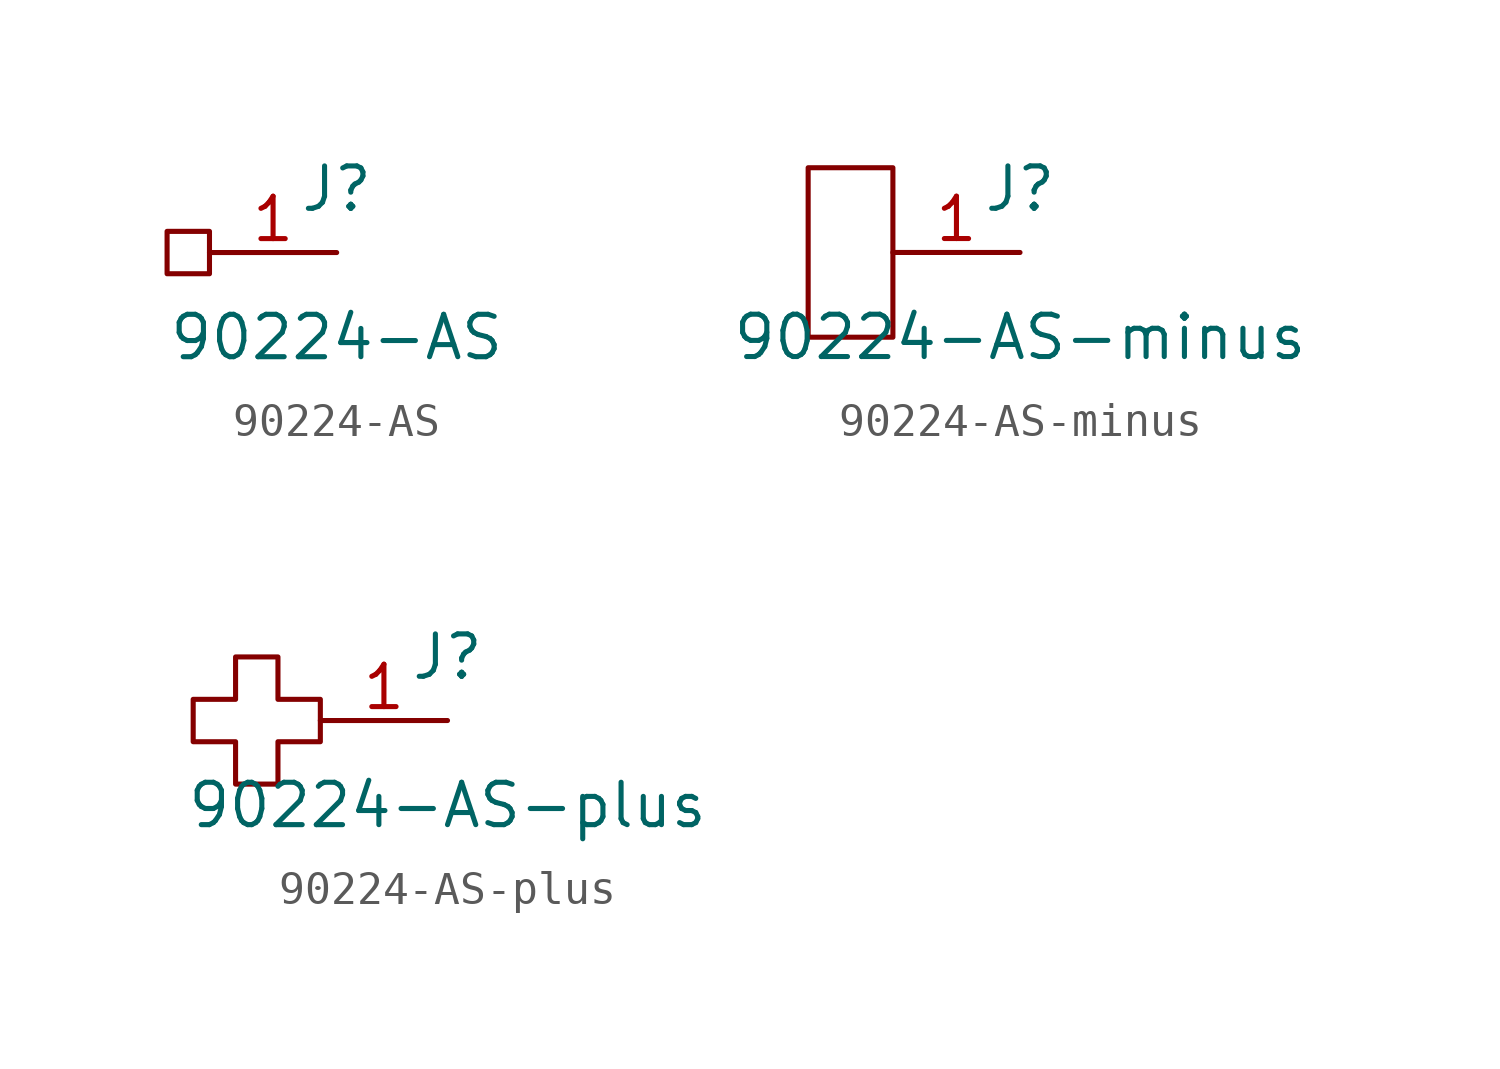
<source format=kicad_sym>
(kicad_symbol_lib
  (version 20211014)
  (generator kicad_symbol_editor)
  (symbol "90224-AS"
    (pin_names
      (offset 0) hide)
    (property "Reference" "J"
      (at 0 1.905 0)
      (effects (font (size 1.27 1.27))))
    (property "Value" "90224-AS"
      (at 0 -2.54 0)
      (effects (font (size 1.27 1.27))))
    (symbol "90224-AS_0_1"
      (rectangle (start -3.81 0.635) (end -5.08 -0.635) (stroke (width 0) (type default) (color 0 0 0 0)) (fill (type none))))
    (symbol "90224-AS_1_1"
      (pin passive line (at 0 0 180) (length 3.81) (name "Pin_1" (effects (font (size 1.27 1.27)))) (number "1" (effects (font (size 1.27 1.27)))))))
  (symbol "90224-AS-minus"
    (pin_names
      (offset 0) hide)
    (property "Reference" "J"
      (at 0 1.905 0)
      (effects (font (size 1.27 1.27))))
    (property "Value" "90224-AS-minus"
      (at 0 -2.54 0)
      (effects (font (size 1.27 1.27))))
    (symbol "90224-AS-minus_0_1"
      (rectangle (start -6.35 2.54) (end -3.81 -2.54) (stroke (width 0) (type default) (color 0 0 0 0)) (fill (type none))))
    (symbol "90224-AS-minus_1_1"
      (pin passive line (at 0 0 180) (length 3.81) (name "Pin_1" (effects (font (size 1.27 1.27)))) (number "1" (effects (font (size 1.27 1.27)))))))
  (symbol "90224-AS-plus"
    (pin_names
      (offset 0) hide)
    (property "Reference" "J"
      (at 0 1.905 0)
      (effects (font (size 1.27 1.27))))
    (property "Value" "90224-AS-plus"
      (at 0 -2.54 0)
      (effects (font (size 1.27 1.27))))
    (symbol "90224-AS-plus_0_1"
      (polyline (pts (xy -5.08 -1.905) (xy -5.08 -0.635) (xy -3.81 -0.635) (xy -3.81 0.635) (xy -5.08 0.635) (xy -5.08 1.905) (xy -6.35 1.905) (xy -6.35 0.635) (xy -7.62 0.635) (xy -7.62 -0.635) (xy -6.35 -0.635) (xy -6.35 -1.905) (xy -5.08 -1.905)) (stroke (width 0) (type default) (color 0 0 0 0)) (fill (type none))))
    (symbol "90224-AS-plus_1_1"
      (pin passive line (at 0 0 180) (length 3.81) (name "Pin_1" (effects (font (size 1.27 1.27)))) (number "1" (effects (font (size 1.27 1.27))))))))
</source>
